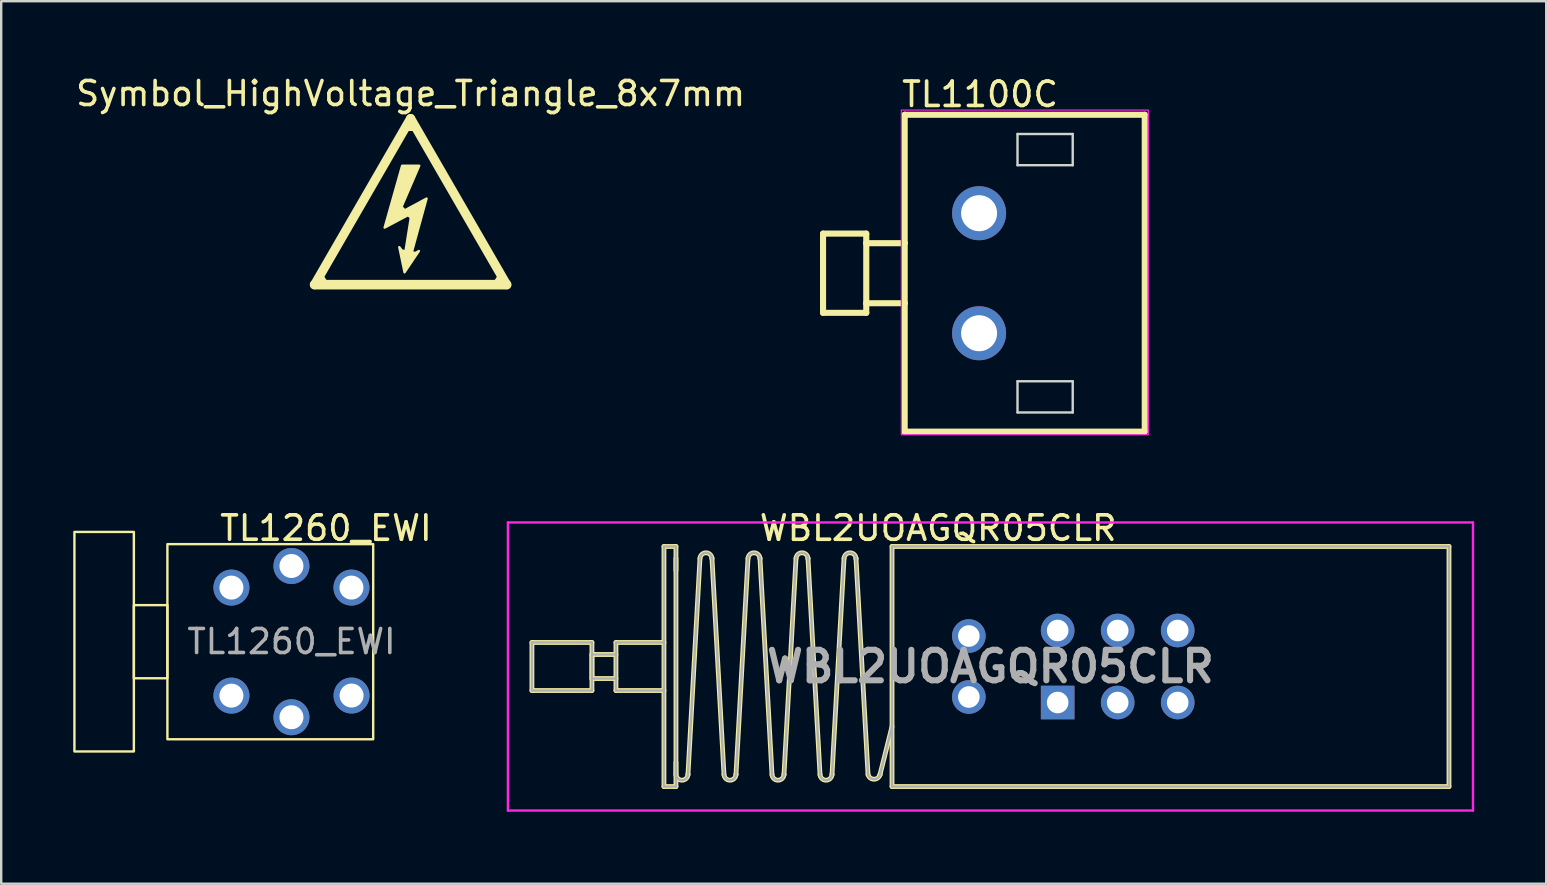
<source format=kicad_pcb>
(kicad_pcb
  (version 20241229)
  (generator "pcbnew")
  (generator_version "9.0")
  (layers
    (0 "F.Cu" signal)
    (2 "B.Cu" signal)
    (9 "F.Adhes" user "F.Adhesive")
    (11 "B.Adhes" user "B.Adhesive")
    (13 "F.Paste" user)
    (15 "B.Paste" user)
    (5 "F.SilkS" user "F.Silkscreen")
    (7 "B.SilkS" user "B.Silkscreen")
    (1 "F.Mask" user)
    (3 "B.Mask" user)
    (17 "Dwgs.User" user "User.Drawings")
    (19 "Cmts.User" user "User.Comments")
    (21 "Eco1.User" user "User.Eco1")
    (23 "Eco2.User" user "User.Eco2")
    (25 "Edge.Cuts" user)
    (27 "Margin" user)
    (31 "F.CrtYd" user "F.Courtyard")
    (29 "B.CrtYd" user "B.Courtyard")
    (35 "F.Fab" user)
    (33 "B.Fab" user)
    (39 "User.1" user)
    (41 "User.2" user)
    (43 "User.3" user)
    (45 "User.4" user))
  (footprint "WBL2UOAGQR05CLR"
    (layer "F.Cu")
    (at 41.007 26.213)
    (property "Reference" "WBL2UOAGQR05CLR" (at -4.978 -7.264 0) (layer "F.SilkS") (effects (font (size 1.016 1.016) (thickness 0.152))))
    (attr through_hole)
    (fp_line (start -21.9 -2.5) (end -19.4 -2.5) (stroke (width 0.2) (type solid)) (layer "F.SilkS"))
    (fp_line (start -21.9 -0.5) (end -21.9 -2.5) (stroke (width 0.2) (type solid)) (layer "F.SilkS"))
    (fp_line (start -19.4 -2.5) (end -19.4 -0.5) (stroke (width 0.2) (type solid)) (layer "F.SilkS"))
    (fp_line (start -19.4 -2) (end -18.4 -2) (stroke (width 0.2) (type solid)) (layer "F.SilkS"))
    (fp_line (start -19.4 -1) (end -19.4 -2) (stroke (width 0.2) (type solid)) (layer "F.SilkS"))
    (fp_line (start -19.4 -0.5) (end -21.9 -0.5) (stroke (width 0.2) (type solid)) (layer "F.SilkS"))
    (fp_line (start -18.4 -2.5) (end -16.4 -2.5) (stroke (width 0.2) (type solid)) (layer "F.SilkS"))
    (fp_line (start -18.4 -1) (end -19.4 -1) (stroke (width 0.2) (type solid)) (layer "F.SilkS"))
    (fp_line (start -18.4 -0.5) (end -18.4 -2.5) (stroke (width 0.2) (type solid)) (layer "F.SilkS"))
    (fp_line (start -16.4 -6.5) (end -16.4 3.5) (stroke (width 0.2) (type solid)) (layer "F.SilkS"))
    (fp_line (start -16.4 -0.5) (end -18.4 -0.5) (stroke (width 0.2) (type solid)) (layer "F.SilkS"))
    (fp_line (start -16.4 3.5) (end -15.9 3.5) (stroke (width 0.2) (type solid)) (layer "F.SilkS"))
    (fp_line (start -15.9 -6.5) (end -16.4 -6.5) (stroke (width 0.2) (type solid)) (layer "F.SilkS"))
    (fp_line (start -15.9 -5.5) (end -15.9 -6.5) (stroke (width 0.2) (type solid)) (layer "F.SilkS"))
    (fp_line (start -15.9 3) (end -15.9 -6) (stroke (width 0.2) (type solid)) (layer "F.SilkS"))
    (fp_line (start -15.9 3.5) (end -15.9 2.5) (stroke (width 0.2) (type solid)) (layer "F.SilkS"))
    (fp_line (start -15.4 3) (end -15.4 3) (stroke (width 0.2) (type solid)) (layer "F.SilkS"))
    (fp_line (start -14.9 -6) (end -15.4 3) (stroke (width 0.2) (type solid)) (layer "F.SilkS"))
    (fp_line (start -14.4 -6) (end -14.4 -6) (stroke (width 0.2) (type solid)) (layer "F.SilkS"))
    (fp_line (start -13.9 3) (end -14.4 -6) (stroke (width 0.2) (type solid)) (layer "F.SilkS"))
    (fp_line (start -13.4 3) (end -13.4 3) (stroke (width 0.2) (type solid)) (layer "F.SilkS"))
    (fp_line (start -12.9 -6) (end -13.4 3) (stroke (width 0.2) (type solid)) (layer "F.SilkS"))
    (fp_line (start -12.4 -6) (end -12.4 -6) (stroke (width 0.2) (type solid)) (layer "F.SilkS"))
    (fp_line (start -11.9 3) (end -12.4 -6) (stroke (width 0.2) (type solid)) (layer "F.SilkS"))
    (fp_line (start -11.4 3) (end -11.4 3) (stroke (width 0.2) (type solid)) (layer "F.SilkS"))
    (fp_line (start -10.9 -6) (end -11.4 3) (stroke (width 0.2) (type solid)) (layer "F.SilkS"))
    (fp_line (start -10.4 -6) (end -10.4 -6) (stroke (width 0.2) (type solid)) (layer "F.SilkS"))
    (fp_line (start -9.9 3) (end -10.4 -6) (stroke (width 0.2) (type solid)) (layer "F.SilkS"))
    (fp_line (start -9.4 3) (end -9.4 3) (stroke (width 0.2) (type solid)) (layer "F.SilkS"))
    (fp_line (start -8.9 -6) (end -9.4 3) (stroke (width 0.2) (type solid)) (layer "F.SilkS"))
    (fp_line (start -8.4 -6) (end -8.4 -6) (stroke (width 0.2) (type solid)) (layer "F.SilkS"))
    (fp_line (start -7.9 3) (end -8.4 -6) (stroke (width 0.2) (type solid)) (layer "F.SilkS"))
    (fp_line (start -7.4 3) (end -7.4 3) (stroke (width 0.2) (type solid)) (layer "F.SilkS"))
    (fp_line (start -6.9 -6.5) (end 16.3 -6.5) (stroke (width 0.2) (type solid)) (layer "F.SilkS"))
    (fp_line (start -6.9 1) (end -7.4 3) (stroke (width 0.2) (type solid)) (layer "F.SilkS"))
    (fp_line (start -6.9 3.5) (end -6.9 -6.5) (stroke (width 0.2) (type solid)) (layer "F.SilkS"))
    (fp_line (start 16.3 -6.5) (end 16.3 3.5) (stroke (width 0.2) (type solid)) (layer "F.SilkS"))
    (fp_line (start 16.3 3.5) (end -6.9 3.5) (stroke (width 0.2) (type solid)) (layer "F.SilkS"))
    (fp_arc (start -15.4 3) (mid -15.650023 3.236392) (end -15.900003 2.999954) (stroke (width 0.2) (type solid)) (layer "F.SilkS"))
    (fp_arc (start -14.900003 -5.999954) (mid -14.650023 -6.236392) (end -14.4 -6) (stroke (width 0.2) (type solid)) (layer "F.SilkS"))
    (fp_arc (start -13.4 3) (mid -13.650023 3.236392) (end -13.900003 2.999954) (stroke (width 0.2) (type solid)) (layer "F.SilkS"))
    (fp_arc (start -12.900003 -5.999954) (mid -12.650023 -6.236392) (end -12.4 -6) (stroke (width 0.2) (type solid)) (layer "F.SilkS"))
    (fp_arc (start -11.4 3) (mid -11.650023 3.236392) (end -11.900003 2.999954) (stroke (width 0.2) (type solid)) (layer "F.SilkS"))
    (fp_arc (start -10.900003 -5.999954) (mid -10.650023 -6.236392) (end -10.4 -6) (stroke (width 0.2) (type solid)) (layer "F.SilkS"))
    (fp_arc (start -9.4 3) (mid -9.650023 3.236392) (end -9.900003 2.999954) (stroke (width 0.2) (type solid)) (layer "F.SilkS"))
    (fp_arc (start -8.900003 -5.999954) (mid -8.650023 -6.236392) (end -8.4 -6) (stroke (width 0.2) (type solid)) (layer "F.SilkS"))
    (fp_arc (start -7.4 3) (mid -7.649938 3.195194) (end -7.89997 3.00012) (stroke (width 0.2) (type solid)) (layer "F.SilkS"))
    (fp_line (start -22.9 -7.5) (end 17.3 -7.5) (stroke (width 0.1) (type solid)) (layer "F.CrtYd"))
    (fp_line (start -22.9 4.5) (end -22.9 -7.5) (stroke (width 0.1) (type solid)) (layer "F.CrtYd"))
    (fp_line (start 17.3 -7.5) (end 17.3 4.5) (stroke (width 0.1) (type solid)) (layer "F.CrtYd"))
    (fp_line (start 17.3 4.5) (end -22.9 4.5) (stroke (width 0.1) (type solid)) (layer "F.CrtYd"))
    (fp_line (start -21.9 -2.5) (end -19.4 -2.5) (stroke (width 0.1) (type solid)) (layer "F.Fab"))
    (fp_line (start -21.9 -0.5) (end -21.9 -2.5) (stroke (width 0.1) (type solid)) (layer "F.Fab"))
    (fp_line (start -19.4 -2.5) (end -19.4 -2) (stroke (width 0.1) (type solid)) (layer "F.Fab"))
    (fp_line (start -19.4 -2) (end -18.4 -2) (stroke (width 0.1) (type solid)) (layer "F.Fab"))
    (fp_line (start -19.4 -1) (end -19.4 -2) (stroke (width 0.1) (type solid)) (layer "F.Fab"))
    (fp_line (start -19.4 -1) (end -19.4 -0.5) (stroke (width 0.1) (type solid)) (layer "F.Fab"))
    (fp_line (start -19.4 -0.5) (end -21.9 -0.5) (stroke (width 0.1) (type solid)) (layer "F.Fab"))
    (fp_line (start -18.4 -2.5) (end -16.4 -2.5) (stroke (width 0.1) (type solid)) (layer "F.Fab"))
    (fp_line (start -18.4 -1) (end -19.4 -1) (stroke (width 0.1) (type solid)) (layer "F.Fab"))
    (fp_line (start -18.4 -0.5) (end -18.4 -2.5) (stroke (width 0.1) (type solid)) (layer "F.Fab"))
    (fp_line (start -16.4 -6.5) (end -16.4 3.5) (stroke (width 0.1) (type solid)) (layer "F.Fab"))
    (fp_line (start -16.4 -0.5) (end -18.4 -0.5) (stroke (width 0.1) (type solid)) (layer "F.Fab"))
    (fp_line (start -16.4 3.5) (end -15.9 3.5) (stroke (width 0.1) (type solid)) (layer "F.Fab"))
    (fp_line (start -15.9 -6.5) (end -16.4 -6.5) (stroke (width 0.1) (type solid)) (layer "F.Fab"))
    (fp_line (start -15.9 -5.5) (end -15.9 -6.5) (stroke (width 0.1) (type solid)) (layer "F.Fab"))
    (fp_line (start -15.9 3) (end -15.9 -6) (stroke (width 0.1) (type solid)) (layer "F.Fab"))
    (fp_line (start -15.9 3.5) (end -15.9 2.5) (stroke (width 0.1) (type solid)) (layer "F.Fab"))
    (fp_line (start -15.4 3) (end -15.4 3) (stroke (width 0.1) (type solid)) (layer "F.Fab"))
    (fp_line (start -14.9 -6) (end -15.4 3) (stroke (width 0.1) (type solid)) (layer "F.Fab"))
    (fp_line (start -14.4 -6) (end -14.4 -6) (stroke (width 0.1) (type solid)) (layer "F.Fab"))
    (fp_line (start -13.9 3) (end -14.4 -6) (stroke (width 0.1) (type solid)) (layer "F.Fab"))
    (fp_line (start -13.4 3) (end -13.4 3) (stroke (width 0.1) (type solid)) (layer "F.Fab"))
    (fp_line (start -12.9 -6) (end -13.4 3) (stroke (width 0.1) (type solid)) (layer "F.Fab"))
    (fp_line (start -12.4 -6) (end -12.4 -6) (stroke (width 0.1) (type solid)) (layer "F.Fab"))
    (fp_line (start -11.9 3) (end -12.4 -6) (stroke (width 0.1) (type solid)) (layer "F.Fab"))
    (fp_line (start -11.4 3) (end -11.4 3) (stroke (width 0.1) (type solid)) (layer "F.Fab"))
    (fp_line (start -10.9 -6) (end -11.4 3) (stroke (width 0.1) (type solid)) (layer "F.Fab"))
    (fp_line (start -10.4 -6) (end -10.4 -6) (stroke (width 0.1) (type solid)) (layer "F.Fab"))
    (fp_line (start -9.9 3) (end -10.4 -6) (stroke (width 0.1) (type solid)) (layer "F.Fab"))
    (fp_line (start -9.4 3) (end -9.4 3) (stroke (width 0.1) (type solid)) (layer "F.Fab"))
    (fp_line (start -8.9 -6) (end -9.4 3) (stroke (width 0.1) (type solid)) (layer "F.Fab"))
    (fp_line (start -8.4 -6) (end -8.4 -6) (stroke (width 0.1) (type solid)) (layer "F.Fab"))
    (fp_line (start -7.9 3) (end -8.4 -6) (stroke (width 0.1) (type solid)) (layer "F.Fab"))
    (fp_line (start -7.4 3) (end -7.4 3) (stroke (width 0.1) (type solid)) (layer "F.Fab"))
    (fp_line (start -6.9 -6.5) (end 16.3 -6.5) (stroke (width 0.1) (type solid)) (layer "F.Fab"))
    (fp_line (start -6.9 1) (end -7.4 3) (stroke (width 0.1) (type solid)) (layer "F.Fab"))
    (fp_line (start -6.9 3.5) (end -6.9 -6.5) (stroke (width 0.1) (type solid)) (layer "F.Fab"))
    (fp_line (start 16.3 -6.5) (end 16.3 3.5) (stroke (width 0.1) (type solid)) (layer "F.Fab"))
    (fp_line (start 16.3 3.5) (end -6.9 3.5) (stroke (width 0.1) (type solid)) (layer "F.Fab"))
    (fp_arc (start -15.4 3) (mid -15.650023 3.236392) (end -15.900003 2.999954) (stroke (width 0.1) (type solid)) (layer "F.Fab"))
    (fp_arc (start -14.900003 -5.999954) (mid -14.650023 -6.236392) (end -14.4 -6) (stroke (width 0.1) (type solid)) (layer "F.Fab"))
    (fp_arc (start -13.4 3) (mid -13.650023 3.236392) (end -13.900003 2.999954) (stroke (width 0.1) (type solid)) (layer "F.Fab"))
    (fp_arc (start -12.900003 -5.999954) (mid -12.650023 -6.236392) (end -12.4 -6) (stroke (width 0.1) (type solid)) (layer "F.Fab"))
    (fp_arc (start -11.4 3) (mid -11.650023 3.236392) (end -11.900003 2.999954) (stroke (width 0.1) (type solid)) (layer "F.Fab"))
    (fp_arc (start -10.900003 -5.999954) (mid -10.650023 -6.236392) (end -10.4 -6) (stroke (width 0.1) (type solid)) (layer "F.Fab"))
    (fp_arc (start -9.4 3) (mid -9.650023 3.236392) (end -9.900003 2.999954) (stroke (width 0.1) (type solid)) (layer "F.Fab"))
    (fp_arc (start -8.900003 -5.999954) (mid -8.650023 -6.236392) (end -8.4 -6) (stroke (width 0.1) (type solid)) (layer "F.Fab"))
    (fp_arc (start -7.4 3) (mid -7.649938 3.195194) (end -7.89997 3.00012) (stroke (width 0.1) (type solid)) (layer "F.Fab"))
    (fp_text user "${REFERENCE}" (at -2.8 -1.5 0) (layer "F.Fab") (effects (font (size 1.27 1.27) (thickness 0.254))))
    (pad "1" thru_hole rect (at 0 0) (size 1.4 1.4) (drill 0.9) (layers "*.Cu" "*.Mask"))
    (pad "2" thru_hole circle (at 2.5 0) (size 1.4 1.4) (drill 0.9) (layers "*.Cu" "*.Mask"))
    (pad "3" thru_hole circle (at 5 0) (size 1.4 1.4) (drill 0.9) (layers "*.Cu" "*.Mask"))
    (pad "4" thru_hole circle (at 0 -3) (size 1.4 1.4) (drill 0.9) (layers "*.Cu" "*.Mask"))
    (pad "5" thru_hole circle (at 2.5 -3) (size 1.4 1.4) (drill 0.9) (layers "*.Cu" "*.Mask"))
    (pad "6" thru_hole circle (at 5 -3) (size 1.4 1.4) (drill 0.9) (layers "*.Cu" "*.Mask"))
    (pad "A" thru_hole circle (at -3.7 -0.23) (size 1.4 1.4) (drill 0.9) (layers "*.Cu" "*.Mask"))
    (pad "C" thru_hole circle (at -3.7 -2.77) (size 1.4 1.4) (drill 0.9) (layers "*.Cu" "*.Mask")))
  (footprint "TL1100C"
    (layer "F.Cu")
    (at 37.734 8.331)
    (property "Reference" "TL1100C" (at -3.302 -6.858 0) (layer "F.SilkS") (effects (font (size 1.016 1.016) (thickness 0.152)) (justify left bottom)))
    (attr through_hole)
    (fp_line (start -6.5 1.65) (end -6.5 -1.65) (stroke (width 0.254) (type solid)) (layer "F.SilkS"))
    (fp_line (start -4.7 -1.65) (end -6.5 -1.65) (stroke (width 0.254) (type solid)) (layer "F.SilkS"))
    (fp_line (start -4.7 -1.25) (end -4.7 -1.65) (stroke (width 0.254) (type solid)) (layer "F.SilkS"))
    (fp_line (start -4.7 1.25) (end -4.7 -1.25) (stroke (width 0.254) (type solid)) (layer "F.SilkS"))
    (fp_line (start -4.7 1.65) (end -6.5 1.65) (stroke (width 0.254) (type solid)) (layer "F.SilkS"))
    (fp_line (start -4.7 1.65) (end -4.7 1.25) (stroke (width 0.254) (type solid)) (layer "F.SilkS"))
    (fp_line (start -3.1 -6.6) (end 6.9 -6.6) (stroke (width 0.254) (type solid)) (layer "F.SilkS"))
    (fp_line (start -3.1 -1.25) (end -4.7 -1.25) (stroke (width 0.254) (type solid)) (layer "F.SilkS"))
    (fp_line (start -3.1 -1.25) (end -3.1 -6.6) (stroke (width 0.254) (type solid)) (layer "F.SilkS"))
    (fp_line (start -3.1 1.25) (end -4.7 1.25) (stroke (width 0.254) (type solid)) (layer "F.SilkS"))
    (fp_line (start -3.1 1.25) (end -3.1 -1.25) (stroke (width 0.254) (type solid)) (layer "F.SilkS"))
    (fp_line (start -3.1 6.6) (end -3.1 1.25) (stroke (width 0.254) (type solid)) (layer "F.SilkS"))
    (fp_line (start -3.1 6.6) (end 6.9 6.6) (stroke (width 0.254) (type solid)) (layer "F.SilkS"))
    (fp_line (start 6.9 6.6) (end 6.9 -6.6) (stroke (width 0.254) (type solid)) (layer "F.SilkS"))
    (fp_line (start 1.6 -5.8) (end 1.6 -4.5) (stroke (width 0.1) (type solid)) (layer "Edge.Cuts"))
    (fp_line (start 1.6 -4.5) (end 3.9 -4.5) (stroke (width 0.1) (type solid)) (layer "Edge.Cuts"))
    (fp_line (start 1.6 4.5) (end 1.6 5.8) (stroke (width 0.1) (type solid)) (layer "Edge.Cuts"))
    (fp_line (start 1.6 5.8) (end 3.9 5.8) (stroke (width 0.1) (type solid)) (layer "Edge.Cuts"))
    (fp_line (start 3.9 -5.8) (end 1.6 -5.8) (stroke (width 0.1) (type solid)) (layer "Edge.Cuts"))
    (fp_line (start 3.9 -4.5) (end 3.9 -5.8) (stroke (width 0.1) (type solid)) (layer "Edge.Cuts"))
    (fp_line (start 3.9 4.5) (end 1.6 4.5) (stroke (width 0.1) (type solid)) (layer "Edge.Cuts"))
    (fp_line (start 3.9 5.8) (end 3.9 4.5) (stroke (width 0.1) (type solid)) (layer "Edge.Cuts"))
    (fp_rect (start -3.239 -6.795) (end 7.048 6.731) (stroke (width 0.05) (type default)) (fill no) (layer "F.CrtYd"))
    (pad "1" thru_hole circle (at 0 -2.5) (size 2.25 2.25) (drill 1.5) (layers "*.Cu" "*.Mask"))
    (pad "2" thru_hole circle (at 0 2.5) (size 2.25 2.25) (drill 1.5) (layers "*.Cu" "*.Mask")))
  (footprint "TL1260_EWI"
    (layer "F.Cu")
    (at 6.59 21.426)
    (property "Reference" "TL1260_EWI" (at 3.937 -2.477 0) (unlocked yes) (layer "F.SilkS") (effects (font (size 1.016 1.016) (thickness 0.152))))
    (attr through_hole)
    (fp_rect (start -6.54 -2.318) (end -4.064 6.826) (stroke (width 0.1) (type default)) (fill no) (layer "F.SilkS"))
    (fp_rect (start -4.064 0.73) (end -2.667 3.778) (stroke (width 0.1) (type default)) (fill no) (layer "F.SilkS"))
    (fp_rect (start -2.667 -1.81) (end 5.905 6.318) (stroke (width 0.1) (type default)) (fill no) (layer "F.SilkS"))
    (fp_text user "${REFERENCE}" (at 2.502 2.248 0) (unlocked yes) (layer "F.Fab") (effects (font (size 1 1) (thickness 0.15))))
    (pad "1" thru_hole circle (at 0 0) (size 1.499 1.499) (drill 1) (layers "*.Cu" "*.Mask"))
    (pad "2" thru_hole circle (at 5 0) (size 1.499 1.499) (drill 1) (layers "*.Cu" "*.Mask"))
    (pad "3" thru_hole circle (at 0 4.5) (size 1.499 1.499) (drill 1) (layers "*.Cu" "*.Mask"))
    (pad "4" thru_hole circle (at 5.004 4.496) (size 1.499 1.499) (drill 1) (layers "*.Cu" "*.Mask"))
    (pad "5" thru_hole circle (at 2.5 -0.9) (size 1.499 1.499) (drill 1) (layers "*.Cu" "*.Mask"))
    (pad "6" thru_hole circle (at 2.5 5.4) (size 1.499 1.499) (drill 1) (layers "*.Cu" "*.Mask")))
  (footprint "Symbol_HighVoltage_Triangle_8x7mm"
    (layer "F.Cu")
    (at 14.054 5.348)
    (property "Reference" "Symbol_HighVoltage_Triangle_8x7mm" (at 0 -4.5 0) (layer "F.SilkS") (effects (font (size 1 1) (thickness 0.15))))
    (attr exclude_from_pos_files exclude_from_bom allow_missing_courtyard)
    (fp_line (start -4 3.46) (end -0.000048 -3.46) (stroke (width 0.381) (type solid)) (layer "F.SilkS"))
    (fp_line (start -3.51 3.44) (end -3.776 3.031) (stroke (width 0.2) (type default)) (layer "F.SilkS"))
    (fp_line (start -0.45 0.215) (end -0.24 0.44) (stroke (width 0.2) (type default)) (layer "F.SilkS"))
    (fp_line (start -0.34 2.095) (end 0.17 2.185) (stroke (width 0.2) (type solid)) (layer "F.SilkS"))
    (fp_line (start -0.15 -3.04) (end 0.16 -3.04) (stroke (width 0.2) (type default)) (layer "F.SilkS"))
    (fp_line (start -0.133 0.479) (end 0.113 0.681) (stroke (width 0.2) (type default)) (layer "F.SilkS"))
    (fp_line (start 0 -3.46) (end 4 3.46) (stroke (width 0.381) (type solid)) (layer "F.SilkS"))
    (fp_line (start 3.51 3.44) (end 3.776 3.031) (stroke (width 0.2) (type default)) (layer "F.SilkS"))
    (fp_line (start 4 3.46) (end -4 3.46) (stroke (width 0.4) (type solid)) (layer "F.SilkS"))
    (fp_poly (pts (xy -0.5 0.5) (xy 0.664 -0.126) (xy 0.009 2.261) (xy 0.344 2.057) (xy -0.253 2.945) (xy -0.471 1.897) (xy -0.238 2.217) (xy 0.038 0.485) (xy -1.082 1.082) (xy -0.354 -1.494) (xy 0.359 -1.494)) (stroke (width 0.1) (type solid)) (fill yes) (layer "F.SilkS")))
  (gr_rect
    (start -3 -3)
    (end 61.357 33.763)
    (stroke (width 0.1) (type default))
    (fill no)
    (layer "Edge.Cuts")))
</source>
